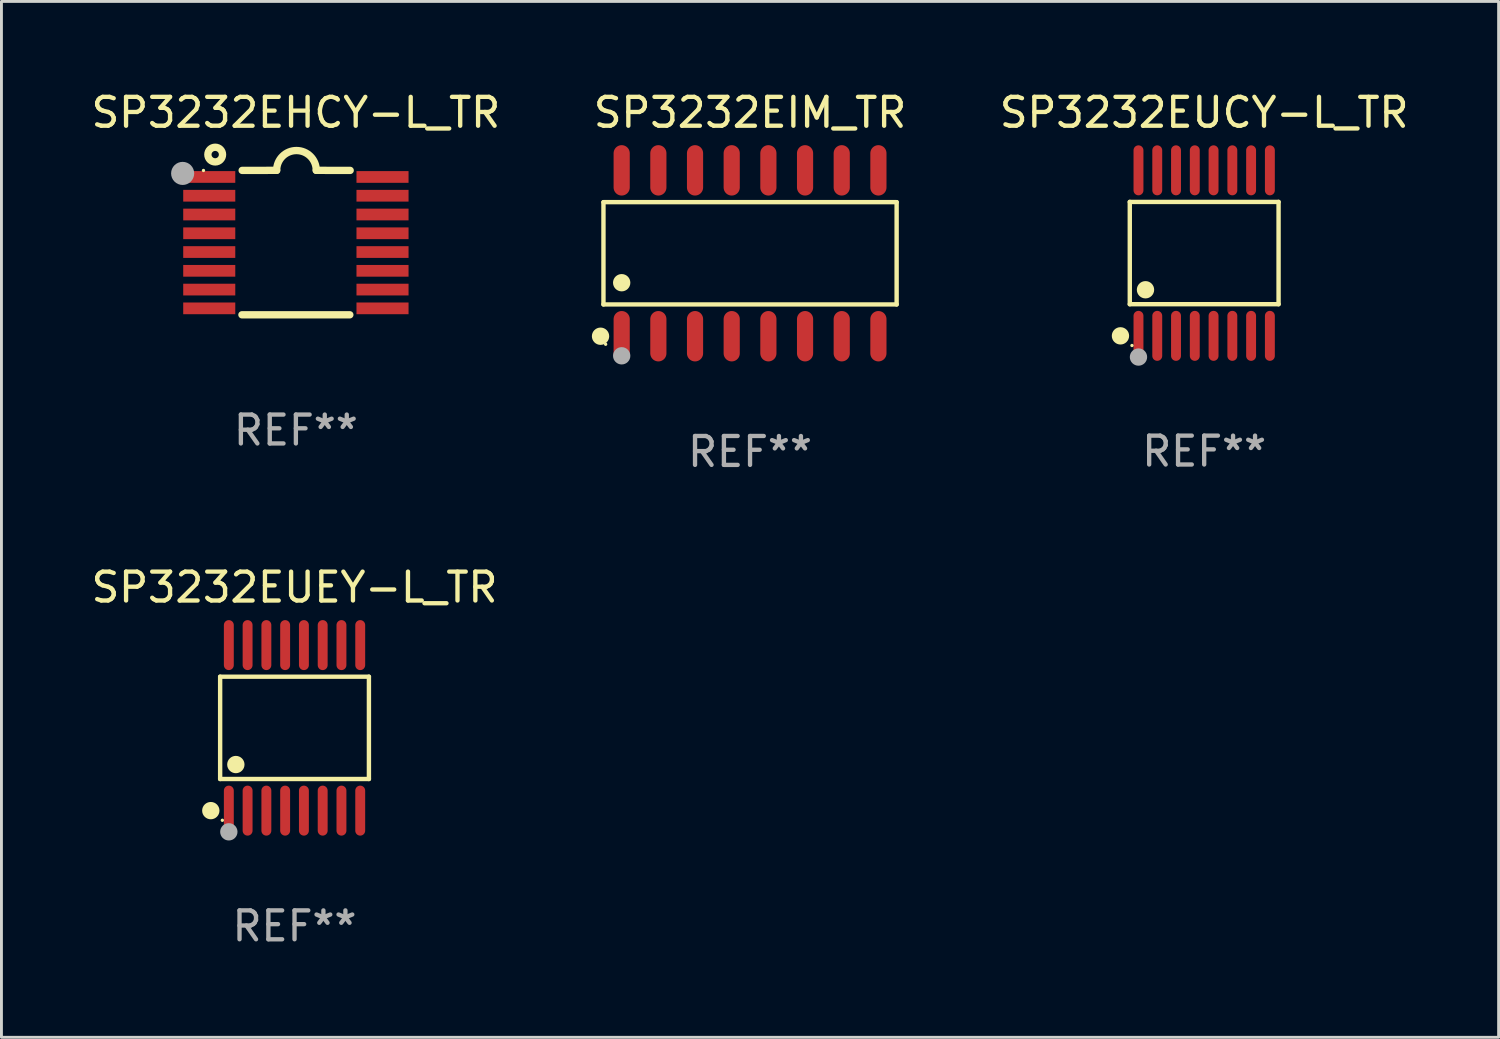
<source format=kicad_pcb>
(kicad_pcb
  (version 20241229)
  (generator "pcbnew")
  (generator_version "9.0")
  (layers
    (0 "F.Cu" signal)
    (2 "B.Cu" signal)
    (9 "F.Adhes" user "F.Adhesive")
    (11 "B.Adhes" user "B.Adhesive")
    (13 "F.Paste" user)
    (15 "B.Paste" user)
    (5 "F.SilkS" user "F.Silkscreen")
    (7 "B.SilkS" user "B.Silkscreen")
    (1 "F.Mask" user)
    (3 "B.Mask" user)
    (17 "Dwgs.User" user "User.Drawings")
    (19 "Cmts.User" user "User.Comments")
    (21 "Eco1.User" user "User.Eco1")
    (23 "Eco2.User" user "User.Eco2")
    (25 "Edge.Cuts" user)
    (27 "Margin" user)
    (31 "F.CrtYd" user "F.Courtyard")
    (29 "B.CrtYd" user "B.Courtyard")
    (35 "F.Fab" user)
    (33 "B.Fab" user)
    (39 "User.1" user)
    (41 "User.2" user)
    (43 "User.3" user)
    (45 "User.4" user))
  (footprint "SP3232EUCY-L_TR"
    (layer "F.Cu")
    (at 38.649 5.714)
    (property "Reference" "SP3232EUCY-L_TR" (at 0 -4.866 0) (layer "F.SilkS") (effects (font (size 1 1) (thickness 0.15))))
    (attr through_hole)
    (fp_line (start -2.576 -1.772) (end 2.576 -1.772) (stroke (width 0.152) (type solid)) (layer "F.SilkS"))
    (fp_line (start -2.576 1.771) (end -2.576 -1.772) (stroke (width 0.152) (type solid)) (layer "F.SilkS"))
    (fp_line (start 2.576 -1.772) (end 2.576 1.771) (stroke (width 0.152) (type solid)) (layer "F.SilkS"))
    (fp_line (start 2.576 1.771) (end -2.576 1.771) (stroke (width 0.152) (type solid)) (layer "F.SilkS"))
    (fp_circle (center -2.899 2.866) (end -2.749 2.866) (stroke (width 0.3) (type solid)) (fill no) (layer "F.SilkS"))
    (fp_circle (center -2.5 3.2) (end -2.47 3.2) (stroke (width 0.06) (type solid)) (fill no) (layer "F.SilkS"))
    (fp_circle (center -2.032 1.27) (end -1.882 1.27) (stroke (width 0.3) (type solid)) (fill no) (layer "F.SilkS"))
    (fp_circle (center -2.275 3.6) (end -2.125 3.6) (stroke (width 0.3) (type solid)) (fill no) (layer "F.Fab"))
    (fp_text user "REF**" (at 0 6.866 0) (layer "F.Fab") (effects (font (size 1 1) (thickness 0.15))))
    (pad "1" smd oval (at -2.275 2.866) (size 0.343 1.731) (layers "F.Cu" "F.Mask" "F.Paste"))
    (pad "2" smd oval (at -1.625 2.866) (size 0.343 1.731) (layers "F.Cu" "F.Mask" "F.Paste"))
    (pad "3" smd oval (at -0.975 2.866) (size 0.343 1.731) (layers "F.Cu" "F.Mask" "F.Paste"))
    (pad "4" smd oval (at -0.325 2.866) (size 0.343 1.731) (layers "F.Cu" "F.Mask" "F.Paste"))
    (pad "5" smd oval (at 0.325 2.866) (size 0.343 1.731) (layers "F.Cu" "F.Mask" "F.Paste"))
    (pad "6" smd oval (at 0.975 2.866) (size 0.343 1.731) (layers "F.Cu" "F.Mask" "F.Paste"))
    (pad "7" smd oval (at 1.625 2.866) (size 0.343 1.731) (layers "F.Cu" "F.Mask" "F.Paste"))
    (pad "8" smd oval (at 2.275 2.866) (size 0.343 1.731) (layers "F.Cu" "F.Mask" "F.Paste"))
    (pad "9" smd oval (at 2.275 -2.866) (size 0.343 1.731) (layers "F.Cu" "F.Mask" "F.Paste"))
    (pad "10" smd oval (at 1.625 -2.866) (size 0.343 1.731) (layers "F.Cu" "F.Mask" "F.Paste"))
    (pad "11" smd oval (at 0.975 -2.866) (size 0.343 1.731) (layers "F.Cu" "F.Mask" "F.Paste"))
    (pad "12" smd oval (at 0.325 -2.866) (size 0.343 1.731) (layers "F.Cu" "F.Mask" "F.Paste"))
    (pad "13" smd oval (at -0.325 -2.866) (size 0.343 1.731) (layers "F.Cu" "F.Mask" "F.Paste"))
    (pad "14" smd oval (at -0.975 -2.866) (size 0.343 1.731) (layers "F.Cu" "F.Mask" "F.Paste"))
    (pad "15" smd oval (at -1.625 -2.866) (size 0.343 1.731) (layers "F.Cu" "F.Mask" "F.Paste"))
    (pad "16" smd oval (at -2.275 -2.866) (size 0.343 1.731) (layers "F.Cu" "F.Mask" "F.Paste")))
  (footprint "SP3232EHCY-L_TR"
    (layer "F.Cu")
    (at 7.196 5.35)
    (property "Reference" "SP3232EHCY-L_TR" (at 0 -4.501 0) (layer "F.SilkS") (effects (font (size 1 1) (thickness 0.15))))
    (attr through_hole)
    (fp_line (start -1.868 2.501) (end 1.868 2.501) (stroke (width 0.254) (type solid)) (layer "F.SilkS"))
    (fp_line (start -1.86 -2.499) (end -0.666 -2.501) (stroke (width 0.254) (type solid)) (layer "F.SilkS"))
    (fp_line (start 0.706 -2.501) (end 1.88 -2.499) (stroke (width 0.254) (type solid)) (layer "F.SilkS"))
    (fp_arc (start -0.665914 -2.501448) (mid 0.019888 -3.18725) (end 0.70569 -2.501448) (stroke (width 0.254001) (type solid)) (layer "F.SilkS"))
    (fp_circle (center -3.2 -2.497) (end -3.17 -2.497) (stroke (width 0.06) (type solid)) (fill no) (layer "F.SilkS"))
    (fp_circle (center -2.794 -3.047) (end -2.54 -3.047) (stroke (width 0.254) (type solid)) (fill no) (layer "F.SilkS"))
    (fp_circle (center -3.921 -2.395) (end -3.721 -2.395) (stroke (width 0.4) (type solid)) (fill no) (layer "F.Fab"))
    (fp_text user "REF**" (at 0 6.501 0) (layer "F.Fab") (effects (font (size 1 1) (thickness 0.15))))
    (pad "1" smd rect (at -3 -2.272) (size 1.803 0.406) (layers "F.Cu" "F.Mask" "F.Paste"))
    (pad "2" smd rect (at -3 -1.622) (size 1.803 0.406) (layers "F.Cu" "F.Mask" "F.Paste"))
    (pad "3" smd rect (at -3 -0.972) (size 1.803 0.406) (layers "F.Cu" "F.Mask" "F.Paste"))
    (pad "4" smd rect (at -3 -0.322) (size 1.803 0.406) (layers "F.Cu" "F.Mask" "F.Paste"))
    (pad "5" smd rect (at -3 0.328) (size 1.803 0.406) (layers "F.Cu" "F.Mask" "F.Paste"))
    (pad "6" smd rect (at -3 0.978) (size 1.803 0.406) (layers "F.Cu" "F.Mask" "F.Paste"))
    (pad "7" smd rect (at -3 1.628) (size 1.803 0.406) (layers "F.Cu" "F.Mask" "F.Paste"))
    (pad "8" smd rect (at -3 2.278) (size 1.803 0.406) (layers "F.Cu" "F.Mask" "F.Paste"))
    (pad "9" smd rect (at 3 2.278) (size 1.803 0.406) (layers "F.Cu" "F.Mask" "F.Paste"))
    (pad "10" smd rect (at 3 1.628) (size 1.803 0.406) (layers "F.Cu" "F.Mask" "F.Paste"))
    (pad "11" smd rect (at 3 0.978) (size 1.803 0.406) (layers "F.Cu" "F.Mask" "F.Paste"))
    (pad "12" smd rect (at 3 0.328) (size 1.803 0.406) (layers "F.Cu" "F.Mask" "F.Paste"))
    (pad "13" smd rect (at 3 -0.322) (size 1.803 0.406) (layers "F.Cu" "F.Mask" "F.Paste"))
    (pad "14" smd rect (at 3 -0.972) (size 1.803 0.406) (layers "F.Cu" "F.Mask" "F.Paste"))
    (pad "15" smd rect (at 3 -1.622) (size 1.803 0.406) (layers "F.Cu" "F.Mask" "F.Paste"))
    (pad "16" smd rect (at 3 -2.272) (size 1.803 0.406) (layers "F.Cu" "F.Mask" "F.Paste")))
  (footprint "SP3232EUEY-L_TR"
    (layer "F.Cu")
    (at 7.149 22.155)
    (property "Reference" "SP3232EUEY-L_TR" (at 0 -4.866 0) (layer "F.SilkS") (effects (font (size 1 1) (thickness 0.15))))
    (attr through_hole)
    (fp_line (start -2.576 -1.772) (end 2.576 -1.772) (stroke (width 0.152) (type solid)) (layer "F.SilkS"))
    (fp_line (start -2.576 1.771) (end -2.576 -1.772) (stroke (width 0.152) (type solid)) (layer "F.SilkS"))
    (fp_line (start 2.576 -1.772) (end 2.576 1.771) (stroke (width 0.152) (type solid)) (layer "F.SilkS"))
    (fp_line (start 2.576 1.771) (end -2.576 1.771) (stroke (width 0.152) (type solid)) (layer "F.SilkS"))
    (fp_circle (center -2.899 2.866) (end -2.749 2.866) (stroke (width 0.3) (type solid)) (fill no) (layer "F.SilkS"))
    (fp_circle (center -2.5 3.2) (end -2.47 3.2) (stroke (width 0.06) (type solid)) (fill no) (layer "F.SilkS"))
    (fp_circle (center -2.032 1.27) (end -1.882 1.27) (stroke (width 0.3) (type solid)) (fill no) (layer "F.SilkS"))
    (fp_circle (center -2.275 3.6) (end -2.125 3.6) (stroke (width 0.3) (type solid)) (fill no) (layer "F.Fab"))
    (fp_text user "REF**" (at 0 6.866 0) (layer "F.Fab") (effects (font (size 1 1) (thickness 0.15))))
    (pad "1" smd oval (at -2.275 2.866) (size 0.343 1.731) (layers "F.Cu" "F.Mask" "F.Paste"))
    (pad "2" smd oval (at -1.625 2.866) (size 0.343 1.731) (layers "F.Cu" "F.Mask" "F.Paste"))
    (pad "3" smd oval (at -0.975 2.866) (size 0.343 1.731) (layers "F.Cu" "F.Mask" "F.Paste"))
    (pad "4" smd oval (at -0.325 2.866) (size 0.343 1.731) (layers "F.Cu" "F.Mask" "F.Paste"))
    (pad "5" smd oval (at 0.325 2.866) (size 0.343 1.731) (layers "F.Cu" "F.Mask" "F.Paste"))
    (pad "6" smd oval (at 0.975 2.866) (size 0.343 1.731) (layers "F.Cu" "F.Mask" "F.Paste"))
    (pad "7" smd oval (at 1.625 2.866) (size 0.343 1.731) (layers "F.Cu" "F.Mask" "F.Paste"))
    (pad "8" smd oval (at 2.275 2.866) (size 0.343 1.731) (layers "F.Cu" "F.Mask" "F.Paste"))
    (pad "9" smd oval (at 2.275 -2.866) (size 0.343 1.731) (layers "F.Cu" "F.Mask" "F.Paste"))
    (pad "10" smd oval (at 1.625 -2.866) (size 0.343 1.731) (layers "F.Cu" "F.Mask" "F.Paste"))
    (pad "11" smd oval (at 0.975 -2.866) (size 0.343 1.731) (layers "F.Cu" "F.Mask" "F.Paste"))
    (pad "12" smd oval (at 0.325 -2.866) (size 0.343 1.731) (layers "F.Cu" "F.Mask" "F.Paste"))
    (pad "13" smd oval (at -0.325 -2.866) (size 0.343 1.731) (layers "F.Cu" "F.Mask" "F.Paste"))
    (pad "14" smd oval (at -0.975 -2.866) (size 0.343 1.731) (layers "F.Cu" "F.Mask" "F.Paste"))
    (pad "15" smd oval (at -1.625 -2.866) (size 0.343 1.731) (layers "F.Cu" "F.Mask" "F.Paste"))
    (pad "16" smd oval (at -2.275 -2.866) (size 0.343 1.731) (layers "F.Cu" "F.Mask" "F.Paste")))
  (footprint "SP3232EIM_TR"
    (layer "F.Cu")
    (at 22.923 5.721)
    (property "Reference" "SP3232EIM_TR" (at 0 -4.872 0) (layer "F.SilkS") (effects (font (size 1 1) (thickness 0.15))))
    (attr through_hole)
    (fp_line (start -5.076 -1.771) (end 5.076 -1.771) (stroke (width 0.152) (type solid)) (layer "F.SilkS"))
    (fp_line (start -5.076 1.771) (end -5.076 -1.771) (stroke (width 0.152) (type solid)) (layer "F.SilkS"))
    (fp_line (start 5.076 -1.771) (end 5.076 1.771) (stroke (width 0.152) (type solid)) (layer "F.SilkS"))
    (fp_line (start 5.076 1.771) (end -5.076 1.771) (stroke (width 0.152) (type solid)) (layer "F.SilkS"))
    (fp_circle (center -5.177 2.872) (end -5.027 2.872) (stroke (width 0.3) (type solid)) (fill no) (layer "F.SilkS"))
    (fp_circle (center -5 3.15) (end -4.97 3.15) (stroke (width 0.06) (type solid)) (fill no) (layer "F.SilkS"))
    (fp_circle (center -4.445 1.019) (end -4.295 1.019) (stroke (width 0.3) (type solid)) (fill no) (layer "F.SilkS"))
    (fp_circle (center -4.445 3.55) (end -4.295 3.55) (stroke (width 0.3) (type solid)) (fill no) (layer "F.Fab"))
    (fp_text user "REF**" (at 0 6.872 0) (layer "F.Fab") (effects (font (size 1 1) (thickness 0.15))))
    (pad "1" smd oval (at -4.445 2.872) (size 0.56 1.745) (layers "F.Cu" "F.Mask" "F.Paste"))
    (pad "2" smd oval (at -3.175 2.872) (size 0.56 1.745) (layers "F.Cu" "F.Mask" "F.Paste"))
    (pad "3" smd oval (at -1.905 2.872) (size 0.56 1.745) (layers "F.Cu" "F.Mask" "F.Paste"))
    (pad "4" smd oval (at -0.635 2.872) (size 0.56 1.745) (layers "F.Cu" "F.Mask" "F.Paste"))
    (pad "5" smd oval (at 0.635 2.872) (size 0.56 1.745) (layers "F.Cu" "F.Mask" "F.Paste"))
    (pad "6" smd oval (at 1.905 2.872) (size 0.56 1.745) (layers "F.Cu" "F.Mask" "F.Paste"))
    (pad "7" smd oval (at 3.175 2.872) (size 0.56 1.745) (layers "F.Cu" "F.Mask" "F.Paste"))
    (pad "8" smd oval (at 4.445 2.872) (size 0.56 1.745) (layers "F.Cu" "F.Mask" "F.Paste"))
    (pad "9" smd oval (at 4.445 -2.872) (size 0.56 1.745) (layers "F.Cu" "F.Mask" "F.Paste"))
    (pad "10" smd oval (at 3.175 -2.872) (size 0.56 1.745) (layers "F.Cu" "F.Mask" "F.Paste"))
    (pad "11" smd oval (at 1.905 -2.872) (size 0.56 1.745) (layers "F.Cu" "F.Mask" "F.Paste"))
    (pad "12" smd oval (at 0.635 -2.872) (size 0.56 1.745) (layers "F.Cu" "F.Mask" "F.Paste"))
    (pad "13" smd oval (at -0.635 -2.872) (size 0.56 1.745) (layers "F.Cu" "F.Mask" "F.Paste"))
    (pad "14" smd oval (at -1.905 -2.872) (size 0.56 1.745) (layers "F.Cu" "F.Mask" "F.Paste"))
    (pad "15" smd oval (at -3.175 -2.872) (size 0.56 1.745) (layers "F.Cu" "F.Mask" "F.Paste"))
    (pad "16" smd oval (at -4.445 -2.872) (size 0.56 1.745) (layers "F.Cu" "F.Mask" "F.Paste")))
  (gr_rect
    (start -3 -3)
    (end 48.845 32.87)
    (stroke (width 0.1) (type default))
    (fill no)
    (layer "Edge.Cuts")))
</source>
